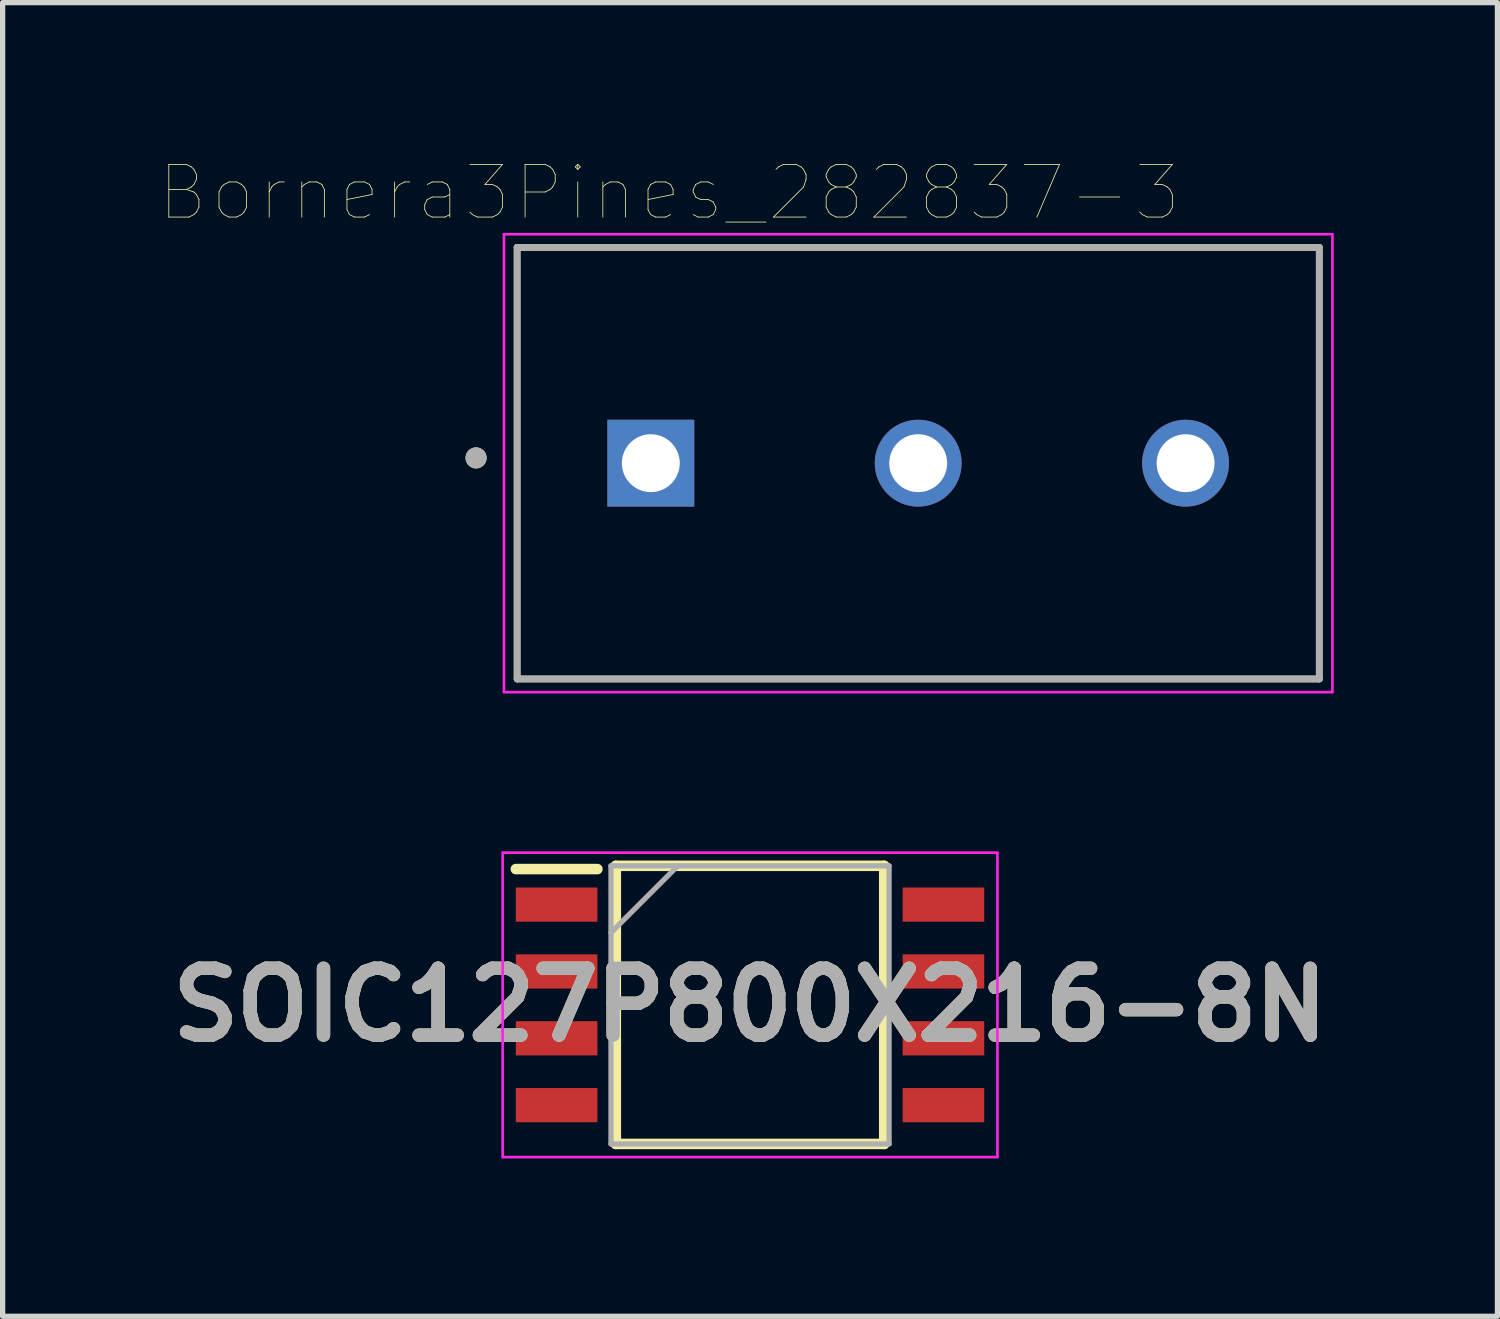
<source format=kicad_pcb>
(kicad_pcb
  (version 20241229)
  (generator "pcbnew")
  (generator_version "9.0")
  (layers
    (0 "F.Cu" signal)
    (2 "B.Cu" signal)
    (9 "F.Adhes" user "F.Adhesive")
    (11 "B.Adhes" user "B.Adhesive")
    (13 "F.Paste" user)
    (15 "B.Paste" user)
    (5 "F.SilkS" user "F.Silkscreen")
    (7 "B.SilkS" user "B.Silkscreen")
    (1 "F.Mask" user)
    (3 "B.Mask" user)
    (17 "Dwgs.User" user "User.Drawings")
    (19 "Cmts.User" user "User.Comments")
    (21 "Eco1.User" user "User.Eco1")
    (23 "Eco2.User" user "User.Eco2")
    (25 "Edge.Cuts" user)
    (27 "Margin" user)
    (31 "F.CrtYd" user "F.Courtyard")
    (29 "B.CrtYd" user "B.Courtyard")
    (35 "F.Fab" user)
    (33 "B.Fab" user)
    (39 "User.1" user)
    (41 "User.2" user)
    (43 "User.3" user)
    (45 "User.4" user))
  (footprint "Bornera3Pines_282837-3"
    (layer "F.Cu")
    (at 14.395 5.75)
    (property "Reference" "Bornera3Pines_282837-3" (at -4.728 -5.138 0) (layer "F.SilkS") (effects (font (size 1.001 1.001) (thickness 0.015))))
    (attr through_hole)
    (fp_line (start -7.62 -4.1) (end 7.62 -4.1) (stroke (width 0.127) (type solid)) (layer "F.SilkS"))
    (fp_line (start -7.62 4.1) (end -7.62 -4.1) (stroke (width 0.127) (type solid)) (layer "F.SilkS"))
    (fp_line (start 7.62 -4.1) (end 7.62 4.1) (stroke (width 0.127) (type solid)) (layer "F.SilkS"))
    (fp_line (start 7.62 4.1) (end -7.62 4.1) (stroke (width 0.127) (type solid)) (layer "F.SilkS"))
    (fp_circle (center -8.4 -0.1) (end -8.3 -0.1) (stroke (width 0.2) (type solid)) (fill no) (layer "F.SilkS"))
    (fp_line (start -7.87 -4.35) (end 7.87 -4.35) (stroke (width 0.05) (type solid)) (layer "F.CrtYd"))
    (fp_line (start -7.87 4.35) (end -7.87 -4.35) (stroke (width 0.05) (type solid)) (layer "F.CrtYd"))
    (fp_line (start 7.87 -4.35) (end 7.87 4.35) (stroke (width 0.05) (type solid)) (layer "F.CrtYd"))
    (fp_line (start 7.87 4.35) (end -7.87 4.35) (stroke (width 0.05) (type solid)) (layer "F.CrtYd"))
    (fp_line (start -7.62 -4.1) (end 7.62 -4.1) (stroke (width 0.127) (type solid)) (layer "F.Fab"))
    (fp_line (start -7.62 4.1) (end -7.62 -4.1) (stroke (width 0.127) (type solid)) (layer "F.Fab"))
    (fp_line (start 7.62 -4.1) (end 7.62 4.1) (stroke (width 0.127) (type solid)) (layer "F.Fab"))
    (fp_line (start 7.62 4.1) (end -7.62 4.1) (stroke (width 0.127) (type solid)) (layer "F.Fab"))
    (fp_circle (center -8.4 -0.1) (end -8.3 -0.1) (stroke (width 0.2) (type solid)) (fill no) (layer "F.Fab"))
    (pad "1" thru_hole rect (at -5.08 0) (size 1.65 1.65) (drill 1.1) (layers "*.Cu" "*.Mask"))
    (pad "2" thru_hole circle (at 0 0) (size 1.65 1.65) (drill 1.1) (layers "*.Cu" "*.Mask"))
    (pad "3" thru_hole circle (at 5.08 0) (size 1.65 1.65) (drill 1.1) (layers "*.Cu" "*.Mask")))
  (footprint "SOIC127P800X216-8N"
    (layer "F.Cu")
    (at 11.2 16.042)
    (property "Reference" "SOIC127P800X216-8N" (at 0 0 0) (layer "F.SilkS") (effects (font (size 1.27 1.27) (thickness 0.254))))
    (attr smd)
    (fp_line (start -4.45 -2.58) (end -2.9 -2.58) (stroke (width 0.2) (type solid)) (layer "F.SilkS"))
    (fp_line (start -2.55 -2.642) (end 2.55 -2.642) (stroke (width 0.2) (type solid)) (layer "F.SilkS"))
    (fp_line (start -2.55 2.642) (end -2.55 -2.642) (stroke (width 0.2) (type solid)) (layer "F.SilkS"))
    (fp_line (start 2.55 -2.642) (end 2.55 2.642) (stroke (width 0.2) (type solid)) (layer "F.SilkS"))
    (fp_line (start 2.55 2.642) (end -2.55 2.642) (stroke (width 0.2) (type solid)) (layer "F.SilkS"))
    (fp_line (start -4.7 -2.892) (end 4.7 -2.892) (stroke (width 0.05) (type solid)) (layer "F.CrtYd"))
    (fp_line (start -4.7 2.892) (end -4.7 -2.892) (stroke (width 0.05) (type solid)) (layer "F.CrtYd"))
    (fp_line (start 4.7 -2.892) (end 4.7 2.892) (stroke (width 0.05) (type solid)) (layer "F.CrtYd"))
    (fp_line (start 4.7 2.892) (end -4.7 2.892) (stroke (width 0.05) (type solid)) (layer "F.CrtYd"))
    (fp_line (start -2.642 -2.642) (end 2.642 -2.642) (stroke (width 0.1) (type solid)) (layer "F.Fab"))
    (fp_line (start -2.642 -1.372) (end -1.372 -2.642) (stroke (width 0.1) (type solid)) (layer "F.Fab"))
    (fp_line (start -2.642 2.642) (end -2.642 -2.642) (stroke (width 0.1) (type solid)) (layer "F.Fab"))
    (fp_line (start 2.642 -2.642) (end 2.642 2.642) (stroke (width 0.1) (type solid)) (layer "F.Fab"))
    (fp_line (start 2.642 2.642) (end -2.642 2.642) (stroke (width 0.1) (type solid)) (layer "F.Fab"))
    (fp_text user "${REFERENCE}" (at 0 0 0) (layer "F.Fab") (effects (font (size 1.27 1.27) (thickness 0.254))))
    (pad "1" smd rect (at -3.675 -1.905 90) (size 0.65 1.55) (layers "F.Cu" "F.Mask" "F.Paste"))
    (pad "2" smd rect (at -3.675 -0.635 90) (size 0.65 1.55) (layers "F.Cu" "F.Mask" "F.Paste"))
    (pad "3" smd rect (at -3.675 0.635 90) (size 0.65 1.55) (layers "F.Cu" "F.Mask" "F.Paste"))
    (pad "4" smd rect (at -3.675 1.905 90) (size 0.65 1.55) (layers "F.Cu" "F.Mask" "F.Paste"))
    (pad "5" smd rect (at 3.675 1.905 90) (size 0.65 1.55) (layers "F.Cu" "F.Mask" "F.Paste"))
    (pad "6" smd rect (at 3.675 0.635 90) (size 0.65 1.55) (layers "F.Cu" "F.Mask" "F.Paste"))
    (pad "7" smd rect (at 3.675 -0.635 90) (size 0.65 1.55) (layers "F.Cu" "F.Mask" "F.Paste"))
    (pad "8" smd rect (at 3.675 -1.905 90) (size 0.65 1.55) (layers "F.Cu" "F.Mask" "F.Paste")))
  (gr_rect
    (start -3 -3)
    (end 25.4 21.959)
    (stroke (width 0.1) (type default))
    (fill no)
    (layer "Edge.Cuts")))
</source>
